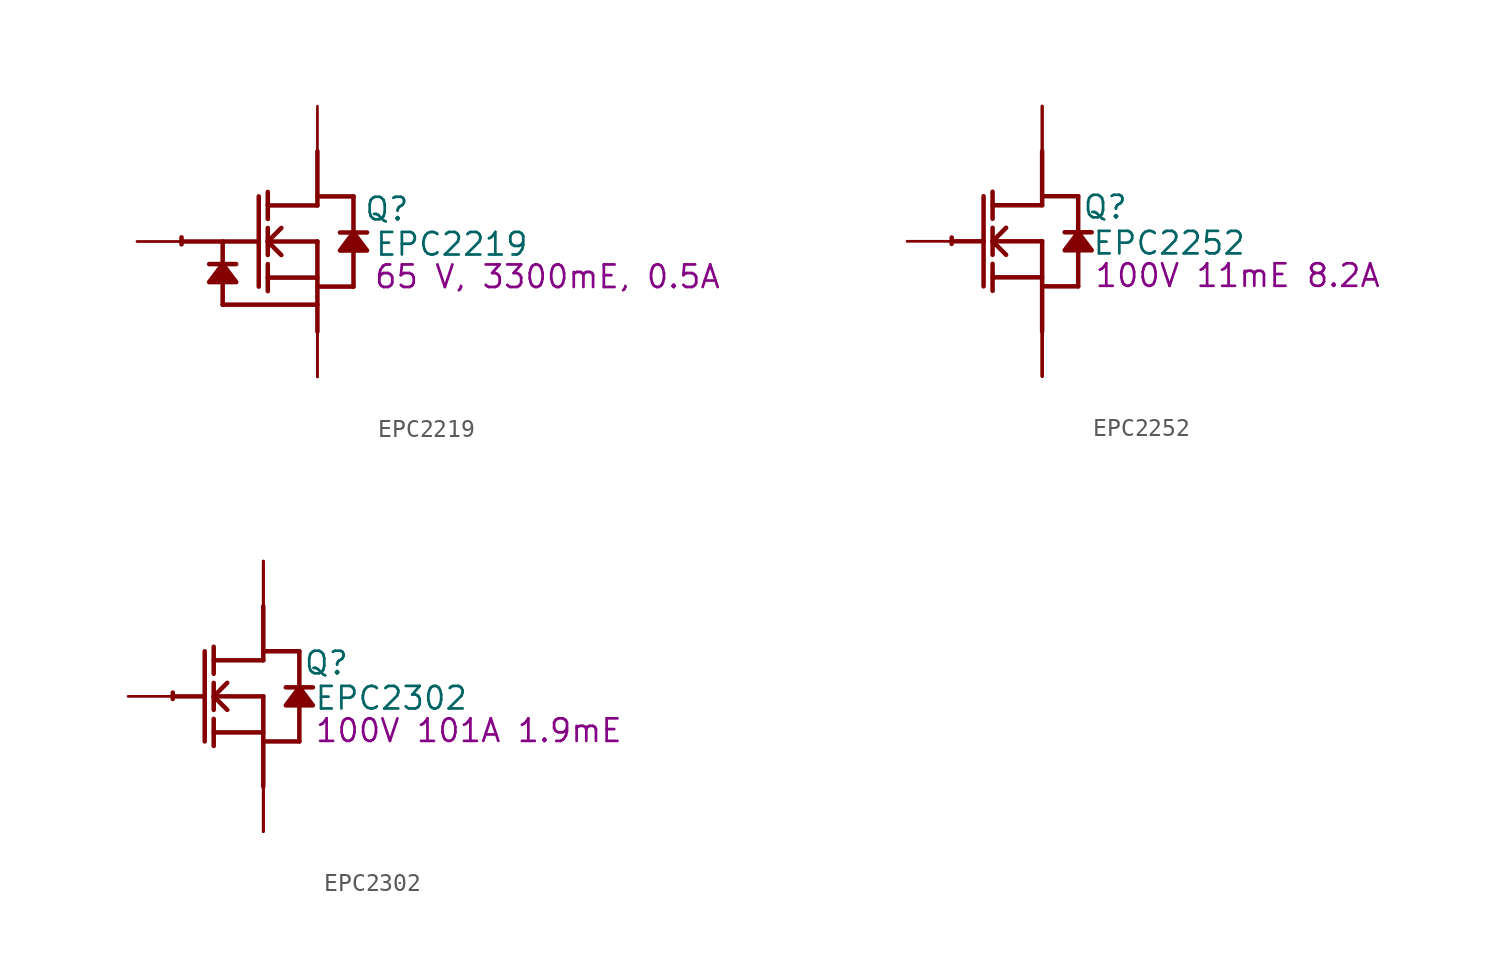
<source format=kicad_sym>
(kicad_symbol_lib
  (version 20220914)
  (generator kicad_symbol_editor)
  (symbol "EPC2219"
    (property "Reference" "Q"
      (at 3.912 1.829 0)
      (effects (font (size 1.27 1.27))))
    (property "Value" "EPC2219"
      (at 7.569 -0.152 0)
      (effects (font (size 1.27 1.27))))
    (property "Description" "65 V, 3300mE, 0.5A"
      (at 12.954 -1.981 0)
      (effects (font (size 1.27 1.27))))
    (symbol "EPC2219_1_0"
      (arc (start -7.6511 0.2344) (mid -7.6559 0.0364) (end -7.6537 -0.1616) (stroke (width 0.254) (type solid)) (fill (type none)))
      (polyline (pts (xy -7.62 0) (xy -3.302 0)) (stroke (width 0.254) (type solid)) (fill (type none)))
      (polyline (pts (xy -5.334 -3.556) (xy 0 -3.556)) (stroke (width 0.254) (type solid)) (fill (type none)))
      (polyline (pts (xy -5.334 -2.286) (xy -5.334 -3.556)) (stroke (width 0.254) (type solid)) (fill (type none)))
      (polyline (pts (xy -5.334 0) (xy -5.334 -1.27)) (stroke (width 0.254) (type solid)) (fill (type none)))
      (polyline (pts (xy -4.572 -1.27) (xy -6.096 -1.27)) (stroke (width 0.254) (type solid)) (fill (type none)))
      (polyline (pts (xy -3.302 2.54) (xy -3.302 -2.54)) (stroke (width 0.254) (type solid)) (fill (type none)))
      (polyline (pts (xy -2.794 -2.794) (xy -2.794 -1.27)) (stroke (width 0.254) (type solid)) (fill (type none)))
      (polyline (pts (xy -2.794 -2.032) (xy 0 -2.032)) (stroke (width 0.254) (type solid)) (fill (type none)))
      (polyline (pts (xy -2.794 -0.762) (xy -2.794 0.762)) (stroke (width 0.254) (type solid)) (fill (type none)))
      (polyline (pts (xy -2.794 0) (xy -2.032 0.762)) (stroke (width 0.254) (type solid)) (fill (type none)))
      (polyline (pts (xy -2.794 0) (xy 0 0)) (stroke (width 0.254) (type solid)) (fill (type none)))
      (polyline (pts (xy -2.794 1.27) (xy -2.794 2.794)) (stroke (width 0.254) (type solid)) (fill (type none)))
      (polyline (pts (xy -2.032 -0.762) (xy -2.794 0)) (stroke (width 0.254) (type solid)) (fill (type none)))
      (polyline (pts (xy 0 -2.54) (xy 2.032 -2.54)) (stroke (width 0.254) (type solid)) (fill (type none)))
      (polyline (pts (xy 0 0) (xy 0 -5.08)) (stroke (width 0.254) (type solid)) (fill (type none)))
      (polyline (pts (xy 0 2.032) (xy -2.794 2.032)) (stroke (width 0.254) (type solid)) (fill (type none)))
      (polyline (pts (xy 0 2.032) (xy 0 5.08)) (stroke (width 0.254) (type solid)) (fill (type none)))
      (polyline (pts (xy 0 2.54) (xy 2.032 2.54)) (stroke (width 0.254) (type solid)) (fill (type none)))
      (polyline (pts (xy 2.032 -0.508) (xy 2.032 -2.54)) (stroke (width 0.254) (type solid)) (fill (type none)))
      (polyline (pts (xy 2.032 2.54) (xy 2.032 0.508)) (stroke (width 0.254) (type solid)) (fill (type none)))
      (polyline (pts (xy 2.794 0.508) (xy 1.27 0.508)) (stroke (width 0.254) (type solid)) (fill (type none)))
      (polyline (pts (xy -5.334 -1.27) (xy -6.096 -2.286) (xy -4.572 -2.286) (xy -5.334 -1.27)) (stroke (width 0.254) (type solid)) (fill (type outline)))
      (polyline (pts (xy 2.032 0.508) (xy 1.27 -0.508) (xy 2.794 -0.508) (xy 2.032 0.508)) (stroke (width 0.254) (type solid)) (fill (type outline)))
      (pin passive line (at -10.16 0 0) (length 2.54) (name "G" (effects (font (size 0 0)))) (number "1" (effects (font (size 0 0)))))
      (pin open_emitter line (at 0 -7.62 90) (length 2.54) (name "S1" (effects (font (size 0 0)))) (number "2" (effects (font (size 0 0)))))
      (pin open_collector line (at 0 7.62 270) (length 2.54) (name "D1" (effects (font (size 0 0)))) (number "3" (effects (font (size 0 0)))))
      (pin open_emitter line (at 0 -7.62 90) (length 2.54) (name "S2" (effects (font (size 0 0)))) (number "4" (effects (font (size 0 0)))))))
  (symbol "EPC2252"
    (property "Reference" "Q"
      (at 3.556 1.93 0)
      (effects (font (size 1.27 1.27))))
    (property "Value" "EPC2252"
      (at 7.163 -0.102 0)
      (effects (font (size 1.27 1.27))))
    (property "Description" "100V 11mE 8.2A"
      (at 11.024 -1.93 0)
      (effects (font (size 1.27 1.27))))
    (symbol "EPC2252_1_0"
      (arc (start -5.0996 0.2128) (mid -5.1039 0.0331) (end -5.1019 -0.1467) (stroke (width 0.254) (type solid)) (fill (type none)))
      (polyline (pts (xy -5.08 0) (xy -3.302 0)) (stroke (width 0.254) (type solid)) (fill (type none)))
      (polyline (pts (xy -3.302 2.54) (xy -3.302 -2.54)) (stroke (width 0.254) (type solid)) (fill (type none)))
      (polyline (pts (xy -2.794 -2.794) (xy -2.794 -1.27)) (stroke (width 0.254) (type solid)) (fill (type none)))
      (polyline (pts (xy -2.794 -2.032) (xy 0 -2.032)) (stroke (width 0.254) (type solid)) (fill (type none)))
      (polyline (pts (xy -2.794 -0.762) (xy -2.794 0.762)) (stroke (width 0.254) (type solid)) (fill (type none)))
      (polyline (pts (xy -2.794 0) (xy -2.032 0.762)) (stroke (width 0.254) (type solid)) (fill (type none)))
      (polyline (pts (xy -2.794 0) (xy 0 0)) (stroke (width 0.254) (type solid)) (fill (type none)))
      (polyline (pts (xy -2.794 1.27) (xy -2.794 2.794)) (stroke (width 0.254) (type solid)) (fill (type none)))
      (polyline (pts (xy -2.032 -0.762) (xy -2.794 0)) (stroke (width 0.254) (type solid)) (fill (type none)))
      (polyline (pts (xy 0 -2.54) (xy 2.032 -2.54)) (stroke (width 0.254) (type solid)) (fill (type none)))
      (polyline (pts (xy 0 0) (xy 0 -5.08)) (stroke (width 0.254) (type solid)) (fill (type none)))
      (polyline (pts (xy 0 2.032) (xy -2.794 2.032)) (stroke (width 0.254) (type solid)) (fill (type none)))
      (polyline (pts (xy 0 2.032) (xy 0 5.08)) (stroke (width 0.254) (type solid)) (fill (type none)))
      (polyline (pts (xy 0 2.54) (xy 2.032 2.54)) (stroke (width 0.254) (type solid)) (fill (type none)))
      (polyline (pts (xy 2.032 -0.508) (xy 2.032 -2.54)) (stroke (width 0.254) (type solid)) (fill (type none)))
      (polyline (pts (xy 2.032 2.54) (xy 2.032 0.508)) (stroke (width 0.254) (type solid)) (fill (type none)))
      (polyline (pts (xy 2.794 0.508) (xy 1.27 0.508)) (stroke (width 0.254) (type solid)) (fill (type none)))
      (polyline (pts (xy 2.032 0.508) (xy 1.27 -0.508) (xy 2.794 -0.508) (xy 2.032 0.508)) (stroke (width 0.254) (type solid)) (fill (type outline)))
      (pin passive line (at -7.62 0 0) (length 2.54) (name "G" (effects (font (size 0 0)))) (number "1" (effects (font (size 0 0)))))
      (pin open_emitter line (at 0 -7.62 90) (length 2.54) (name "S1" (effects (font (size 0 0)))) (number "2" (effects (font (size 0 0)))))
      (pin open_emitter line (at 0 -7.62 90) (length 2.54) (name "S2" (effects (font (size 0 0)))) (number "3" (effects (font (size 0 0)))))
      (pin open_collector line (at 0 7.62 270) (length 2.54) (name "D1" (effects (font (size 0 0)))) (number "4" (effects (font (size 0 0)))))
      (pin open_collector line (at 0 7.62 270) (length 2.54) (name "D2" (effects (font (size 0 0)))) (number "5" (effects (font (size 0 0)))))
      (pin open_collector line (at 0 7.62 270) (length 2.54) (name "D3" (effects (font (size 0 0)))) (number "6" (effects (font (size 0 0)))))
      (pin open_emitter line (at 0 -7.62 90) (length 2.54) (name "S3" (effects (font (size 0 0)))) (number "7" (effects (font (size 0 0)))))
      (pin open_emitter line (at 0 -7.62 90) (length 2.54) (name "S5" (effects (font (size 0 0)))) (number "8" (effects (font (size 0 0)))))
      (pin open_emitter line (at 0 -7.62 90) (length 2.54) (name "S4" (effects (font (size 0 0)))) (number "9" (effects (font (size 0 0)))))))
  (symbol "EPC2302"
    (property "Reference" "Q"
      (at 3.556 1.88 0)
      (effects (font (size 1.27 1.27))))
    (property "Value" "EPC2302"
      (at 7.214 -0.102 0)
      (effects (font (size 1.27 1.27))))
    (property "Description" "100V 101A 1.9mE"
      (at 11.582 -1.93 0)
      (effects (font (size 1.27 1.27))))
    (symbol "EPC2302_1_0"
      (arc (start -5.0996 0.2128) (mid -5.1039 0.0331) (end -5.1019 -0.1467) (stroke (width 0.254) (type solid)) (fill (type none)))
      (polyline (pts (xy -5.08 0) (xy -3.302 0)) (stroke (width 0.254) (type solid)) (fill (type none)))
      (polyline (pts (xy -3.302 2.54) (xy -3.302 -2.54)) (stroke (width 0.254) (type solid)) (fill (type none)))
      (polyline (pts (xy -2.794 -2.794) (xy -2.794 -1.27)) (stroke (width 0.254) (type solid)) (fill (type none)))
      (polyline (pts (xy -2.794 -2.032) (xy 0 -2.032)) (stroke (width 0.254) (type solid)) (fill (type none)))
      (polyline (pts (xy -2.794 -0.762) (xy -2.794 0.762)) (stroke (width 0.254) (type solid)) (fill (type none)))
      (polyline (pts (xy -2.794 0) (xy -2.032 0.762)) (stroke (width 0.254) (type solid)) (fill (type none)))
      (polyline (pts (xy -2.794 0) (xy 0 0)) (stroke (width 0.254) (type solid)) (fill (type none)))
      (polyline (pts (xy -2.794 1.27) (xy -2.794 2.794)) (stroke (width 0.254) (type solid)) (fill (type none)))
      (polyline (pts (xy -2.032 -0.762) (xy -2.794 0)) (stroke (width 0.254) (type solid)) (fill (type none)))
      (polyline (pts (xy 0 -2.54) (xy 2.032 -2.54)) (stroke (width 0.254) (type solid)) (fill (type none)))
      (polyline (pts (xy 0 0) (xy 0 -5.08)) (stroke (width 0.254) (type solid)) (fill (type none)))
      (polyline (pts (xy 0 2.032) (xy -2.794 2.032)) (stroke (width 0.254) (type solid)) (fill (type none)))
      (polyline (pts (xy 0 2.032) (xy 0 5.08)) (stroke (width 0.254) (type solid)) (fill (type none)))
      (polyline (pts (xy 0 2.54) (xy 2.032 2.54)) (stroke (width 0.254) (type solid)) (fill (type none)))
      (polyline (pts (xy 2.032 -0.508) (xy 2.032 -2.54)) (stroke (width 0.254) (type solid)) (fill (type none)))
      (polyline (pts (xy 2.032 2.54) (xy 2.032 0.508)) (stroke (width 0.254) (type solid)) (fill (type none)))
      (polyline (pts (xy 2.794 0.508) (xy 1.27 0.508)) (stroke (width 0.254) (type solid)) (fill (type none)))
      (polyline (pts (xy 2.032 0.508) (xy 1.27 -0.508) (xy 2.794 -0.508) (xy 2.032 0.508)) (stroke (width 0.254) (type solid)) (fill (type outline)))
      (pin passive line (at -7.62 0 0) (length 2.54) (name "G" (effects (font (size 0 0)))) (number "1" (effects (font (size 0 0)))))
      (pin passive line (at 0 -7.62 90) (length 2.54) (name "S" (effects (font (size 0 0)))) (number "2" (effects (font (size 0 0)))))
      (pin passive line (at 0 7.62 270) (length 2.54) (name "D" (effects (font (size 0 0)))) (number "3" (effects (font (size 0 0)))))
      (pin passive line (at 0 -7.62 90) (length 2.54) (name "S" (effects (font (size 0 0)))) (number "4" (effects (font (size 0 0)))))
      (pin passive line (at 0 7.62 270) (length 2.54) (name "D" (effects (font (size 0 0)))) (number "5" (effects (font (size 0 0)))))
      (pin passive line (at 0 -7.62 90) (length 2.54) (name "S" (effects (font (size 0 0)))) (number "6" (effects (font (size 0 0)))))
      (pin passive line (at 0 7.62 270) (length 2.54) (name "D" (effects (font (size 0 0)))) (number "7" (effects (font (size 0 0))))))))
</source>
